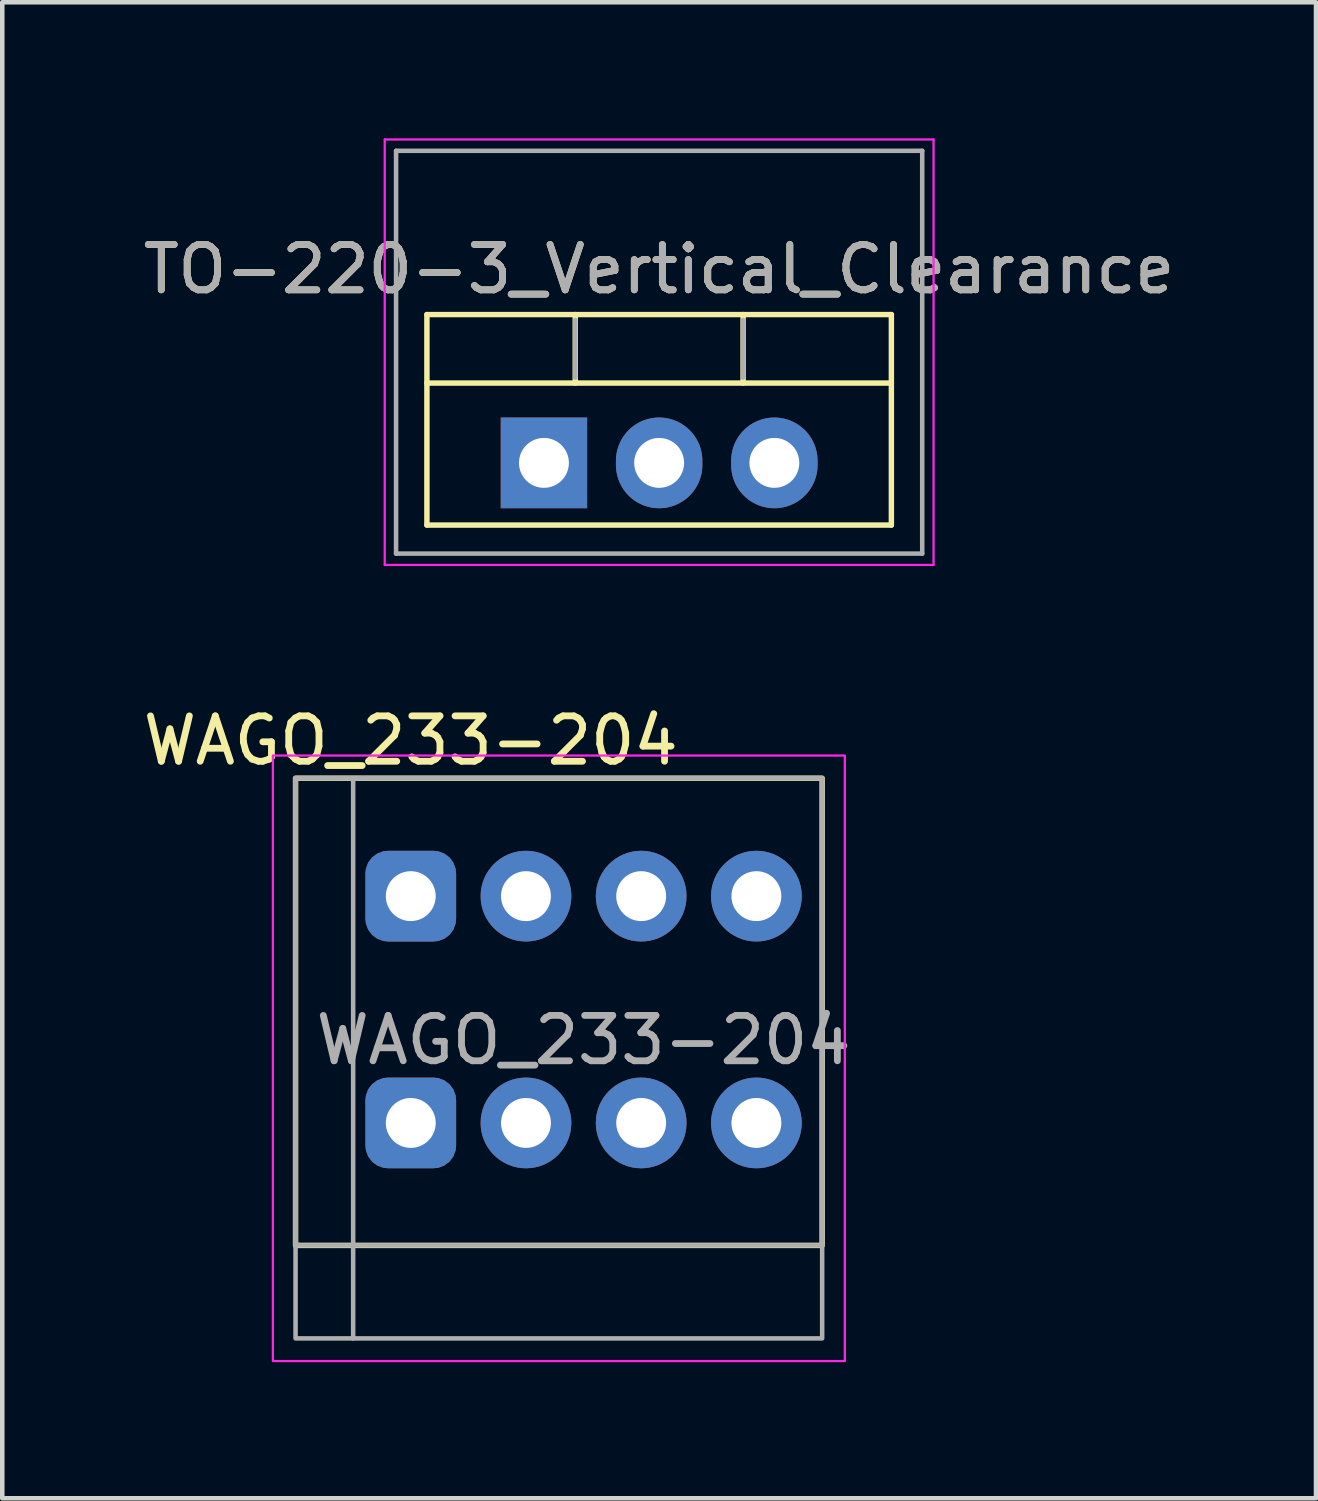
<source format=kicad_pcb>
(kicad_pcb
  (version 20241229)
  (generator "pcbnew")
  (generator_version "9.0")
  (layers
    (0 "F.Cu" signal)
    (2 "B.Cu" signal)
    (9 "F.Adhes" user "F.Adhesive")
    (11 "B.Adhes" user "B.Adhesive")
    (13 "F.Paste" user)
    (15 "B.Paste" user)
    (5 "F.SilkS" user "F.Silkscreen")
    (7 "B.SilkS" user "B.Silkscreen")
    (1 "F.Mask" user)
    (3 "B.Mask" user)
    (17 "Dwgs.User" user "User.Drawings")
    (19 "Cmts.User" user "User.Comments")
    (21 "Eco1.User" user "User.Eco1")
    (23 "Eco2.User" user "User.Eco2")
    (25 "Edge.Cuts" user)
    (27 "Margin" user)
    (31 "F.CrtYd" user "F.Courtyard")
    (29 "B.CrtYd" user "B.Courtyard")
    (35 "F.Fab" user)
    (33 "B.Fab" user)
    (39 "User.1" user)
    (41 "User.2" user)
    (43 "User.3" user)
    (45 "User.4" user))
  (footprint "WAGO_233-204"
    (layer "F.Cu")
    (at 6.006 16.707)
    (property "Reference" "WAGO_233-204" (at 0 -3.429 0) (unlocked yes) (layer "F.SilkS") (effects (font (size 1 1) (thickness 0.15))))
    (attr through_hole)
    (fp_rect (start -2.54 -2.6) (end 9.07 7.7) (stroke (width 0.12) (type solid)) (fill no) (layer "F.SilkS"))
    (fp_rect (start -3.04 -3.1) (end 9.57 10.25) (stroke (width 0.05) (type solid)) (fill no) (layer "F.CrtYd"))
    (fp_line (start -1.27 -2.6) (end -1.27 9.75) (stroke (width 0.1) (type solid)) (layer "F.Fab"))
    (fp_rect (start -2.54 -2.6) (end 9.07 7.7) (stroke (width 0.1) (type solid)) (fill no) (layer "F.Fab"))
    (fp_rect (start -2.54 -2.6) (end 9.07 9.75) (stroke (width 0.1) (type solid)) (fill no) (layer "F.Fab"))
    (fp_text user "${REFERENCE}" (at 3.81 3.175 0) (unlocked yes) (layer "F.Fab") (effects (font (size 1 1) (thickness 0.15))))
    (pad "1" thru_hole roundrect (at 0 0) (size 2 2) (drill 1.1) (layers "*.Cu" "*.Mask") (roundrect_rratio 0.25))
    (pad "1" thru_hole roundrect (at 0 5) (size 2 2) (drill 1.1) (layers "*.Cu" "*.Mask") (roundrect_rratio 0.25))
    (pad "2" thru_hole circle (at 2.54 0) (size 2 2) (drill 1.1) (layers "*.Cu" "*.Mask"))
    (pad "2" thru_hole circle (at 2.54 5) (size 2 2) (drill 1.1) (layers "*.Cu" "*.Mask"))
    (pad "3" thru_hole circle (at 5.08 0) (size 2 2) (drill 1.1) (layers "*.Cu" "*.Mask"))
    (pad "3" thru_hole circle (at 5.08 5) (size 2 2) (drill 1.1) (layers "*.Cu" "*.Mask"))
    (pad "4" thru_hole circle (at 7.62 0) (size 2 2) (drill 1.1) (layers "*.Cu" "*.Mask"))
    (pad "4" thru_hole circle (at 7.62 5) (size 2 2) (drill 1.1) (layers "*.Cu" "*.Mask")))
  (footprint "TO-220-3_Vertical_Clearance"
    (layer "F.Cu")
    (at 8.942 7.155)
    (property "Reference" "TO-220-3_Vertical_Clearance" (at 2.54 -4.27 0) (layer "F.SilkS") (effects (font (size 1 1) (thickness 0.15))))
    (attr through_hole)
    (fp_line (start -2.58 -3.27) (end -2.58 1.371) (stroke (width 0.12) (type solid)) (layer "F.SilkS"))
    (fp_line (start -2.58 -3.27) (end 7.66 -3.27) (stroke (width 0.12) (type solid)) (layer "F.SilkS"))
    (fp_line (start -2.58 -1.76) (end 7.66 -1.76) (stroke (width 0.12) (type solid)) (layer "F.SilkS"))
    (fp_line (start -2.58 1.371) (end 7.66 1.371) (stroke (width 0.12) (type solid)) (layer "F.SilkS"))
    (fp_line (start 0.69 -3.27) (end 0.69 -1.76) (stroke (width 0.12) (type solid)) (layer "F.SilkS"))
    (fp_line (start 4.391 -3.27) (end 4.391 -1.76) (stroke (width 0.12) (type solid)) (layer "F.SilkS"))
    (fp_line (start 7.66 -3.27) (end 7.66 1.371) (stroke (width 0.12) (type solid)) (layer "F.SilkS"))
    (fp_line (start -3.51 -7.13) (end -3.51 2.25) (stroke (width 0.05) (type solid)) (layer "F.CrtYd"))
    (fp_line (start -3.51 2.25) (end 8.59 2.25) (stroke (width 0.05) (type solid)) (layer "F.CrtYd"))
    (fp_line (start 8.59 -7.13) (end -3.51 -7.13) (stroke (width 0.05) (type solid)) (layer "F.CrtYd"))
    (fp_line (start 8.59 2.25) (end 8.59 -7.13) (stroke (width 0.05) (type solid)) (layer "F.CrtYd"))
    (fp_line (start -3.26 -6.88) (end -3.26 2) (stroke (width 0.1) (type solid)) (layer "F.Fab"))
    (fp_line (start -3.26 2) (end 8.34 2) (stroke (width 0.1) (type solid)) (layer "F.Fab"))
    (fp_line (start 0.69 -3.15) (end 0.69 -1.88) (stroke (width 0.1) (type solid)) (layer "F.Fab"))
    (fp_line (start 4.39 -3.15) (end 4.39 -1.88) (stroke (width 0.1) (type solid)) (layer "F.Fab"))
    (fp_line (start 8.34 -6.88) (end -3.26 -6.88) (stroke (width 0.1) (type solid)) (layer "F.Fab"))
    (fp_line (start 8.34 2) (end 8.34 -6.88) (stroke (width 0.1) (type solid)) (layer "F.Fab"))
    (fp_text user "${REFERENCE}" (at 2.54 -4.27 0) (layer "F.Fab") (effects (font (size 1 1) (thickness 0.15))))
    (pad "1" thru_hole rect (at 0 0) (size 1.905 2) (drill 1.1) (layers "*.Cu" "*.Mask"))
    (pad "2" thru_hole oval (at 2.54 0) (size 1.905 2) (drill 1.1) (layers "*.Cu" "*.Mask"))
    (pad "3" thru_hole oval (at 5.08 0) (size 1.905 2) (drill 1.1) (layers "*.Cu" "*.Mask")))
  (gr_rect
    (start -3 -3)
    (end 25.964 29.982)
    (stroke (width 0.1) (type default))
    (fill no)
    (layer "Edge.Cuts")))
</source>
